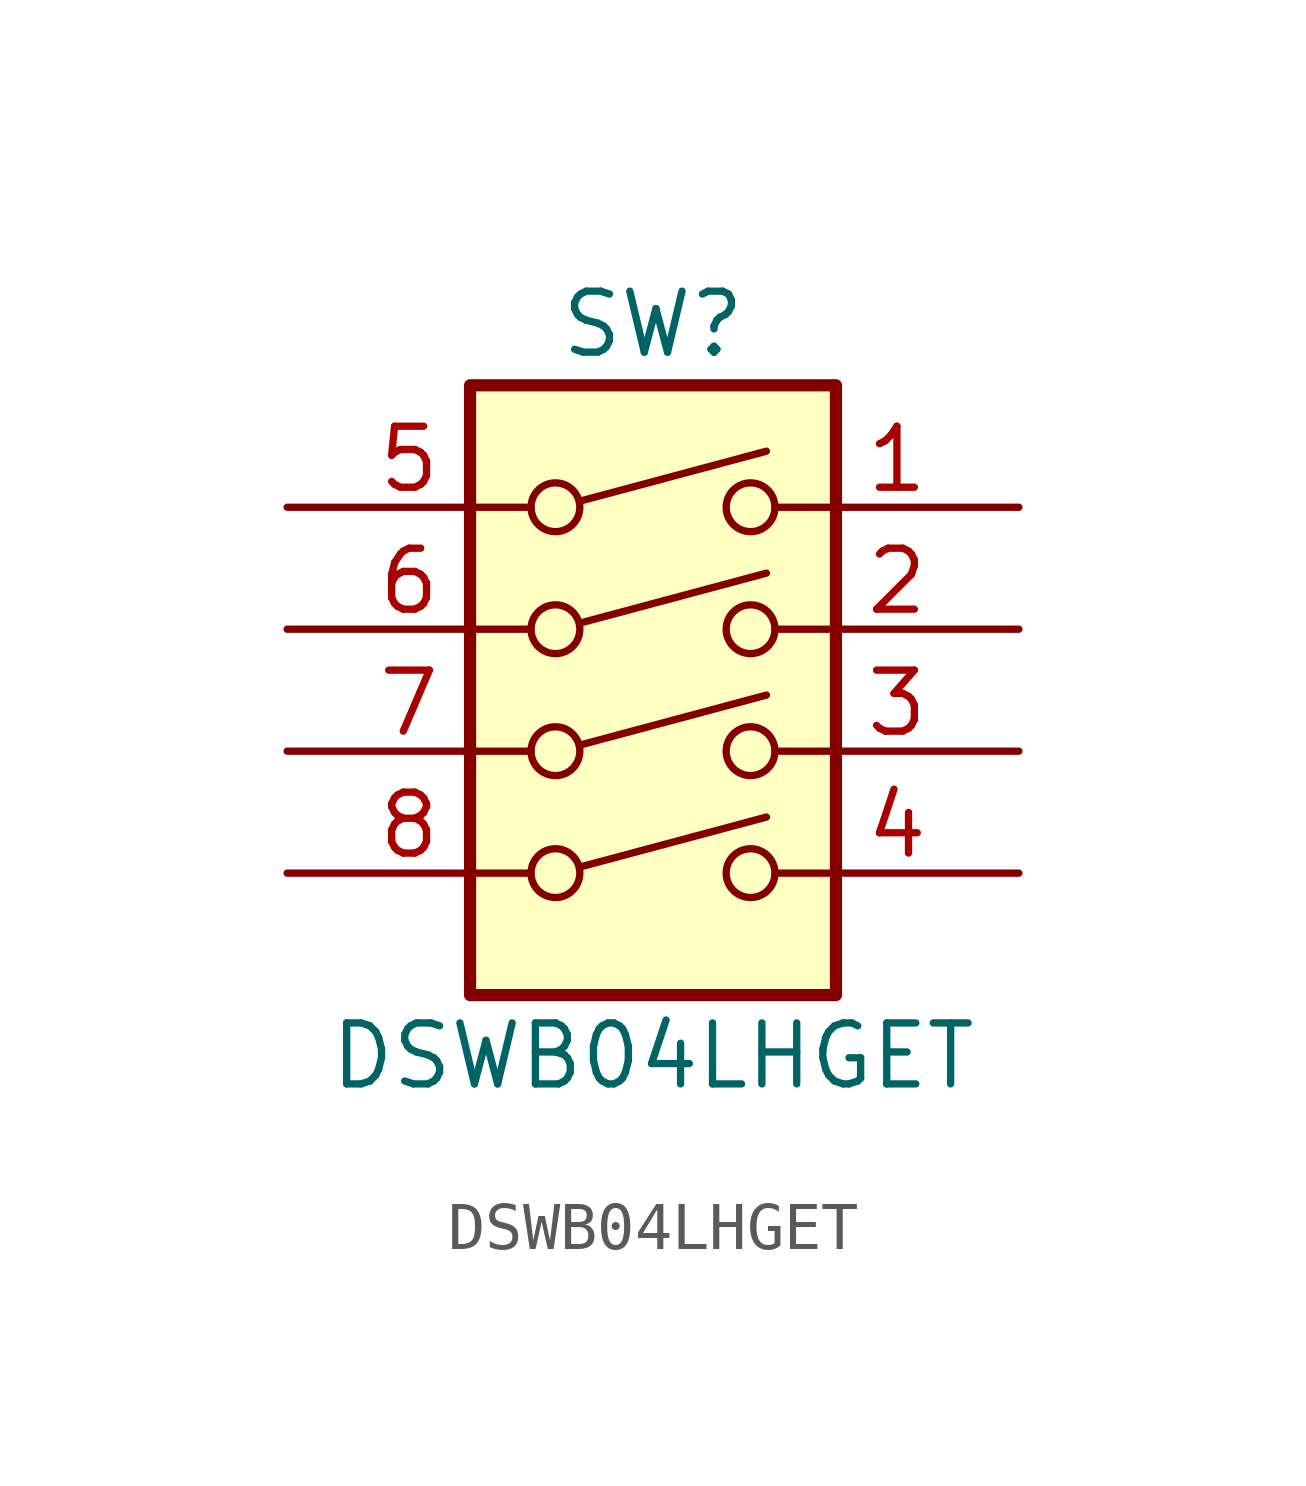
<source format=kicad_sym>
(kicad_symbol_lib
  (version 20241209)
  (generator "kicad_symbol_editor")
  (generator_version "9.0")
  (symbol "DSWB04LHGET"
    (pin_names
      (offset 0)
      (hide yes))
    (property "Reference" "SW"
      (at 0 6.35 0)
      (effects (font (size 1.27 1.27))))
    (property "Value" "DSWB04LHGET"
      (at 0 -8.89 0)
      (effects (font (size 1.27 1.27))))
    (symbol "DSWB04LHGET_0_0"
      (circle (center -2.032 2.54) (radius 0.508) (stroke (width 0) (type default)) (fill (type none)))
      (circle (center -2.032 0) (radius 0.508) (stroke (width 0) (type default)) (fill (type none)))
      (circle (center -2.032 -2.54) (radius 0.508) (stroke (width 0) (type default)) (fill (type none)))
      (circle (center -2.032 -5.08) (radius 0.508) (stroke (width 0) (type default)) (fill (type none)))
      (polyline (pts (xy -1.524 2.667) (xy 2.362 3.708)) (stroke (width 0) (type default)) (fill (type none)))
      (polyline (pts (xy -1.524 0.127) (xy 2.362 1.168)) (stroke (width 0) (type default)) (fill (type none)))
      (polyline (pts (xy -1.524 -2.413) (xy 2.362 -1.372)) (stroke (width 0) (type default)) (fill (type none)))
      (polyline (pts (xy -1.524 -4.953) (xy 2.362 -3.912)) (stroke (width 0) (type default)) (fill (type none)))
      (circle (center 2.032 2.54) (radius 0.508) (stroke (width 0) (type default)) (fill (type none)))
      (circle (center 2.032 0) (radius 0.508) (stroke (width 0) (type default)) (fill (type none)))
      (circle (center 2.032 -2.54) (radius 0.508) (stroke (width 0) (type default)) (fill (type none)))
      (circle (center 2.032 -5.08) (radius 0.508) (stroke (width 0) (type default)) (fill (type none))))
    (symbol "DSWB04LHGET_0_1"
      (rectangle (start -3.81 5.08) (end 3.81 -7.62) (stroke (width 0.254) (type default)) (fill (type background))))
    (symbol "DSWB04LHGET_1_1"
      (pin passive line (at -7.62 2.54 0) (length 5.08) (name "~" (effects (font (size 1.27 1.27)))) (number "5" (effects (font (size 1.27 1.27)))))
      (pin passive line (at -7.62 0 0) (length 5.08) (name "~" (effects (font (size 1.27 1.27)))) (number "6" (effects (font (size 1.27 1.27)))))
      (pin passive line (at -7.62 -2.54 0) (length 5.08) (name "~" (effects (font (size 1.27 1.27)))) (number "7" (effects (font (size 1.27 1.27)))))
      (pin passive line (at -7.62 -5.08 0) (length 5.08) (name "~" (effects (font (size 1.27 1.27)))) (number "8" (effects (font (size 1.27 1.27)))))
      (pin passive line (at 7.62 2.54 180) (length 5.08) (name "~" (effects (font (size 1.27 1.27)))) (number "1" (effects (font (size 1.27 1.27)))))
      (pin passive line (at 7.62 0 180) (length 5.08) (name "~" (effects (font (size 1.27 1.27)))) (number "2" (effects (font (size 1.27 1.27)))))
      (pin passive line (at 7.62 -2.54 180) (length 5.08) (name "~" (effects (font (size 1.27 1.27)))) (number "3" (effects (font (size 1.27 1.27)))))
      (pin passive line (at 7.62 -5.08 180) (length 5.08) (name "~" (effects (font (size 1.27 1.27)))) (number "4" (effects (font (size 1.27 1.27))))))))
</source>
